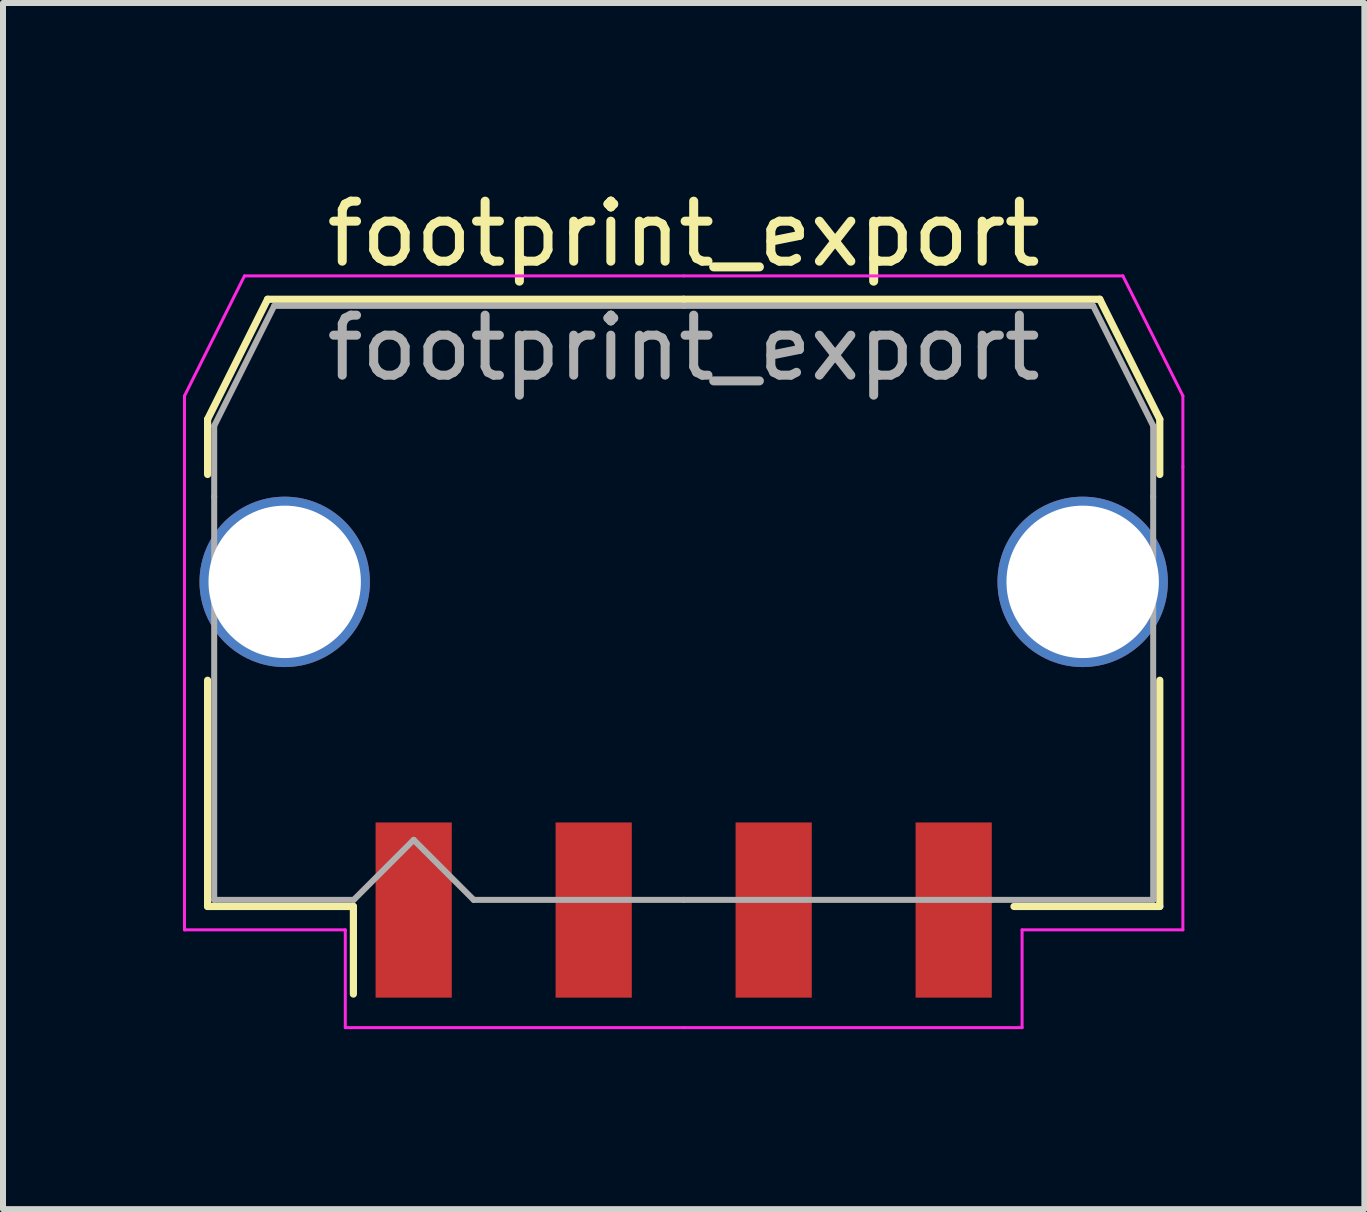
<source format=kicad_pcb>
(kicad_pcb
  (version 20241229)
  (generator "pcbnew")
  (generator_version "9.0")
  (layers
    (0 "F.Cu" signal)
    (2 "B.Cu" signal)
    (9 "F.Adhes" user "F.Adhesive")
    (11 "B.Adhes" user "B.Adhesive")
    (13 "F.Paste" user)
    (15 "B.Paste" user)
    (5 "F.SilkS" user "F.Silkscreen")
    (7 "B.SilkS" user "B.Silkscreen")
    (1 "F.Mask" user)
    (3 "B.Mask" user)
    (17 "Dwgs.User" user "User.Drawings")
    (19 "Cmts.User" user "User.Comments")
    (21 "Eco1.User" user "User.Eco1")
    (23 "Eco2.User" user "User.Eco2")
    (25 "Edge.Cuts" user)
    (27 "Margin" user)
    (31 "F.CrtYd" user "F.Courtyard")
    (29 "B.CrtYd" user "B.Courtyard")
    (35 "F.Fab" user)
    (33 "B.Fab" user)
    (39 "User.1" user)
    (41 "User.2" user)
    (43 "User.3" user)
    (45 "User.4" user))
  (footprint "footprint_export"
    (layer "F.Cu")
    (at 8.345 6.998)
    (property "Reference" "footprint_export" (at 0 -6.15 0) (layer "F.SilkS") (effects (font (size 1 1) (thickness 0.15))))
    (attr smd)
    (fp_line (start -7.935 -3.06) (end -7.935 -2.14) (stroke (width 0.12) (type solid)) (layer "F.SilkS"))
    (fp_line (start -7.935 1.29) (end -7.935 5.06) (stroke (width 0.12) (type solid)) (layer "F.SilkS"))
    (fp_line (start -7.935 5.06) (end -5.505 5.06) (stroke (width 0.12) (type solid)) (layer "F.SilkS"))
    (fp_line (start -6.935 -5.06) (end -7.935 -3.06) (stroke (width 0.12) (type solid)) (layer "F.SilkS"))
    (fp_line (start -5.505 5.06) (end -5.505 6.52) (stroke (width 0.12) (type solid)) (layer "F.SilkS"))
    (fp_line (start 0 -5.06) (end -6.935 -5.06) (stroke (width 0.12) (type solid)) (layer "F.SilkS"))
    (fp_line (start 0 -5.06) (end 6.935 -5.06) (stroke (width 0.12) (type solid)) (layer "F.SilkS"))
    (fp_line (start 6.935 -5.06) (end 7.935 -3.06) (stroke (width 0.12) (type solid)) (layer "F.SilkS"))
    (fp_line (start 7.935 -3.06) (end 7.935 -2.14) (stroke (width 0.12) (type solid)) (layer "F.SilkS"))
    (fp_line (start 7.935 1.29) (end 7.935 5.06) (stroke (width 0.12) (type solid)) (layer "F.SilkS"))
    (fp_line (start 7.935 5.06) (end 5.505 5.06) (stroke (width 0.12) (type solid)) (layer "F.SilkS"))
    (fp_line (start -8.32 -3.45) (end -8.32 -2.27) (stroke (width 0.05) (type solid)) (layer "F.CrtYd"))
    (fp_line (start -8.32 -2.27) (end -8.32 5.45) (stroke (width 0.05) (type solid)) (layer "F.CrtYd"))
    (fp_line (start -8.32 5.45) (end -5.64 5.45) (stroke (width 0.05) (type solid)) (layer "F.CrtYd"))
    (fp_line (start -7.32 -5.45) (end -8.32 -3.45) (stroke (width 0.05) (type solid)) (layer "F.CrtYd"))
    (fp_line (start -5.64 5.45) (end -5.64 7.08) (stroke (width 0.05) (type solid)) (layer "F.CrtYd"))
    (fp_line (start -5.64 7.08) (end 0 7.08) (stroke (width 0.05) (type solid)) (layer "F.CrtYd"))
    (fp_line (start 0 -5.45) (end -7.32 -5.45) (stroke (width 0.05) (type solid)) (layer "F.CrtYd"))
    (fp_line (start 0 -5.45) (end 7.32 -5.45) (stroke (width 0.05) (type solid)) (layer "F.CrtYd"))
    (fp_line (start 5.64 5.45) (end 5.64 7.08) (stroke (width 0.05) (type solid)) (layer "F.CrtYd"))
    (fp_line (start 5.64 7.08) (end 0 7.08) (stroke (width 0.05) (type solid)) (layer "F.CrtYd"))
    (fp_line (start 7.32 -5.45) (end 8.32 -3.45) (stroke (width 0.05) (type solid)) (layer "F.CrtYd"))
    (fp_line (start 8.32 -3.45) (end 8.32 -2.27) (stroke (width 0.05) (type solid)) (layer "F.CrtYd"))
    (fp_line (start 8.32 -2.27) (end 8.32 5.45) (stroke (width 0.05) (type solid)) (layer "F.CrtYd"))
    (fp_line (start 8.32 5.45) (end 5.64 5.45) (stroke (width 0.05) (type solid)) (layer "F.CrtYd"))
    (fp_line (start -7.825 -2.95) (end -7.825 -1.77) (stroke (width 0.1) (type solid)) (layer "F.Fab"))
    (fp_line (start -7.825 -1.77) (end -7.825 4.95) (stroke (width 0.1) (type solid)) (layer "F.Fab"))
    (fp_line (start -7.825 4.95) (end -5.5 4.95) (stroke (width 0.1) (type solid)) (layer "F.Fab"))
    (fp_line (start -6.825 -4.95) (end -7.825 -2.95) (stroke (width 0.1) (type solid)) (layer "F.Fab"))
    (fp_line (start -5.5 4.95) (end -4.5 3.95) (stroke (width 0.1) (type solid)) (layer "F.Fab"))
    (fp_line (start -4.5 3.95) (end -3.5 4.95) (stroke (width 0.1) (type solid)) (layer "F.Fab"))
    (fp_line (start -3.5 4.95) (end 0 4.95) (stroke (width 0.1) (type solid)) (layer "F.Fab"))
    (fp_line (start 0 -4.95) (end -6.825 -4.95) (stroke (width 0.1) (type solid)) (layer "F.Fab"))
    (fp_line (start 0 -4.95) (end 6.825 -4.95) (stroke (width 0.1) (type solid)) (layer "F.Fab"))
    (fp_line (start 5.135 4.95) (end 0 4.95) (stroke (width 0.1) (type solid)) (layer "F.Fab"))
    (fp_line (start 6.825 -4.95) (end 7.825 -2.95) (stroke (width 0.1) (type solid)) (layer "F.Fab"))
    (fp_line (start 7.825 -2.95) (end 7.825 -1.77) (stroke (width 0.1) (type solid)) (layer "F.Fab"))
    (fp_line (start 7.825 -1.77) (end 7.825 4.95) (stroke (width 0.1) (type solid)) (layer "F.Fab"))
    (fp_line (start 7.825 4.95) (end 5.135 4.95) (stroke (width 0.1) (type solid)) (layer "F.Fab"))
    (fp_text user "${REFERENCE}" (at 0 -4.25 0) (layer "F.Fab") (effects (font (size 1 1) (thickness 0.15))))
    (pad "1" smd rect (at -4.5 5.12) (size 1.27 2.92) (layers "F.Cu" "F.Mask" "F.Paste"))
    (pad "2" smd rect (at -1.5 5.12) (size 1.27 2.92) (layers "F.Cu" "F.Mask" "F.Paste"))
    (pad "3" smd rect (at 1.5 5.12) (size 1.27 2.92) (layers "F.Cu" "F.Mask" "F.Paste"))
    (pad "4" smd rect (at 4.5 5.12) (size 1.27 2.92) (layers "F.Cu" "F.Mask" "F.Paste"))
    (pad "MP" thru_hole circle (at -6.65 -0.35) (size 2.84 2.84) (drill 2.54) (layers "*.Cu" "*.Mask"))
    (pad "MP" thru_hole circle (at 6.65 -0.35) (size 2.84 2.84) (drill 2.54) (layers "*.Cu" "*.Mask")))
  (gr_rect
    (start -3 -3)
    (end 19.69 17.103)
    (stroke (width 0.1) (type default))
    (fill no)
    (layer "Edge.Cuts")))
</source>
